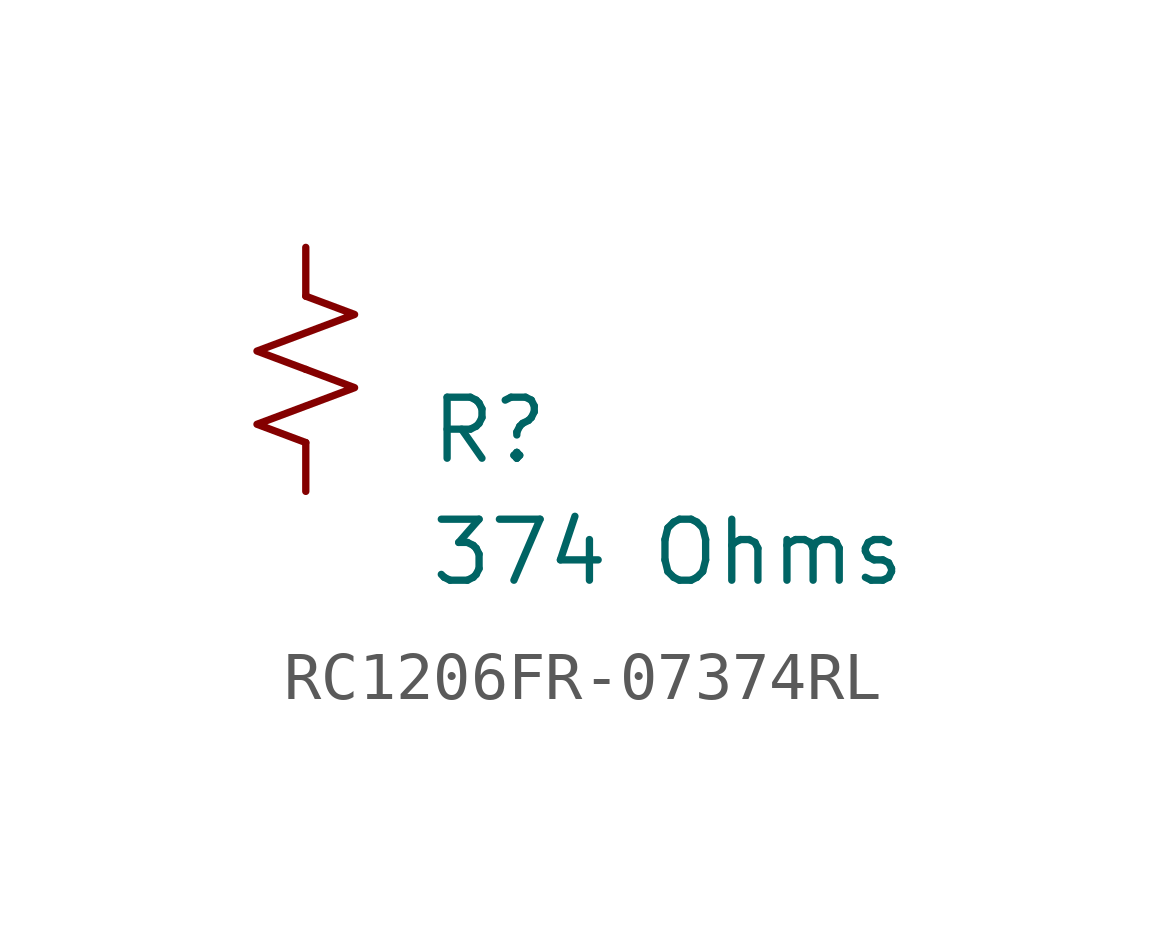
<source format=kicad_sym>
(kicad_symbol_lib
  (version 20210619)
  (generator kicad_symbol_editor)
  (symbol "RC1206FR-07374RL"
    (pin_numbers hide)
    (pin_names
      (offset 0.254) hide)
    (property "Reference" "R"
      (at 2.54 -1.27 0)
      (effects (font (size 1.27 1.27)) (justify left)))
    (property "value" "374 Ohms"
      (at 2.54 -3.81 0)
      (effects (font (size 1.27 1.27)) (justify left)))
    (symbol "RC1206FR-07374RL_1_1"
      (polyline (pts (xy 0 0) (xy 1.016 -0.381) (xy 0 -0.762) (xy -1.016 -1.143) (xy 0 -1.524)) (stroke (width 0)) (fill (type none)))
      (polyline (pts (xy 0 1.524) (xy 1.016 1.143) (xy 0 0.762) (xy -1.016 0.381) (xy 0 0)) (stroke (width 0)) (fill (type none)))
      (pin passive line (at 0 2.54 270) (length 1.016) (name "~" (effects (font (size 1.27 1.27)))) (number "1" (effects (font (size 1.27 1.27)))))
      (pin passive line (at 0 -2.54 90) (length 1.016) (name "~" (effects (font (size 1.27 1.27)))) (number "2" (effects (font (size 1.27 1.27))))))))
</source>
